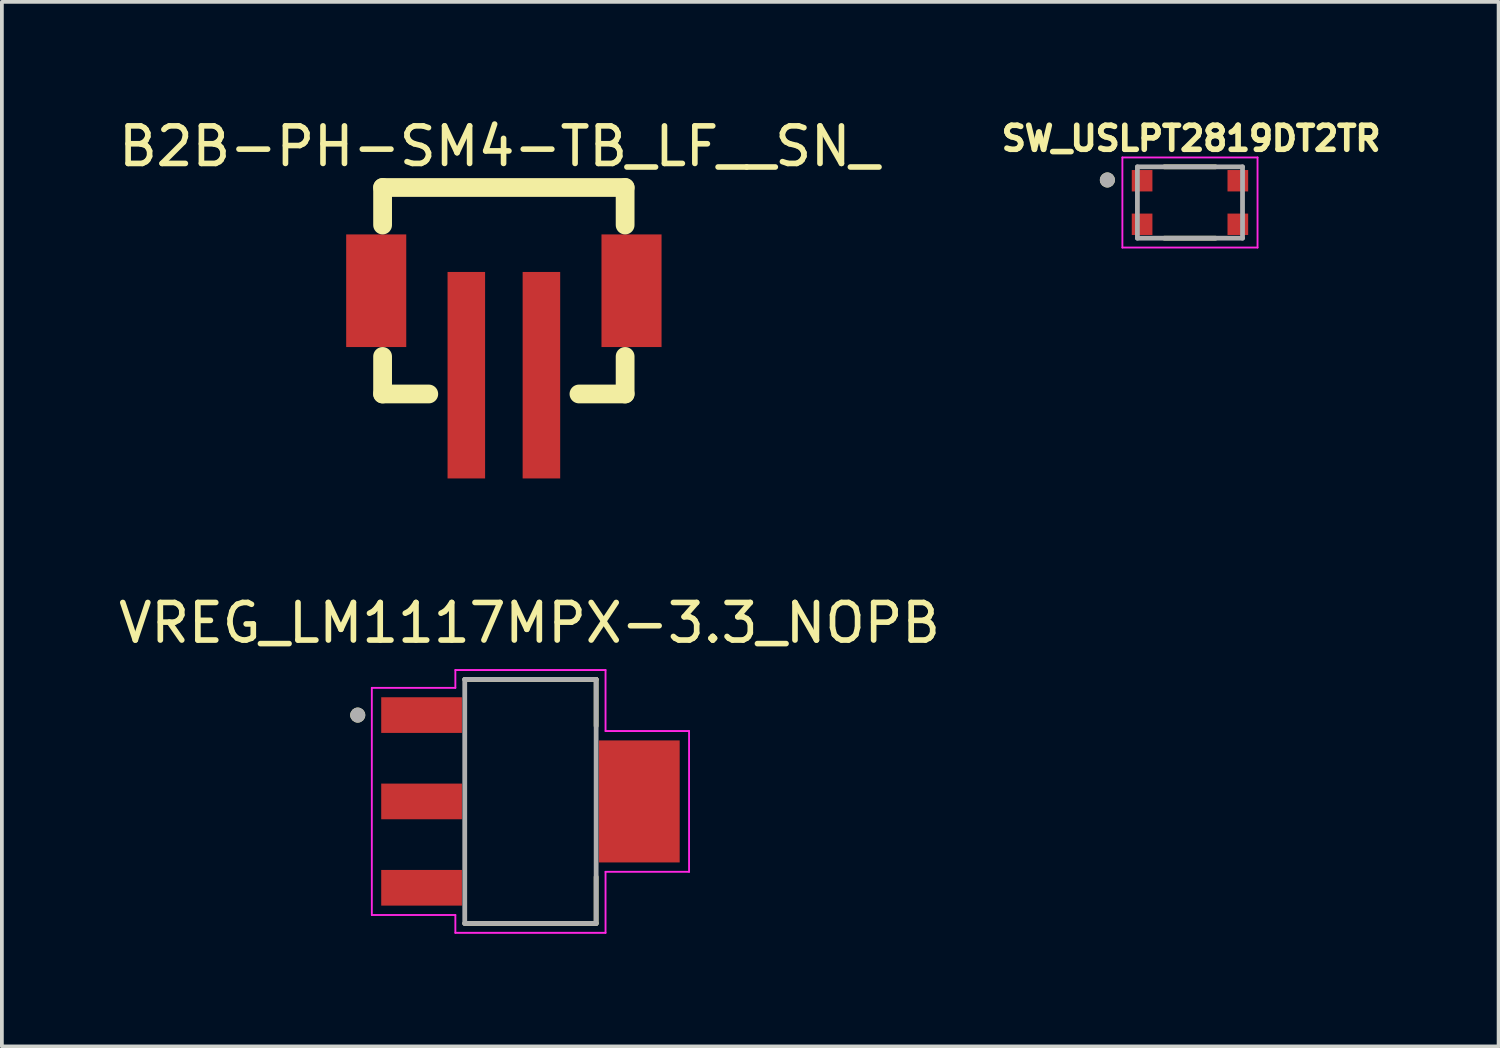
<source format=kicad_pcb>
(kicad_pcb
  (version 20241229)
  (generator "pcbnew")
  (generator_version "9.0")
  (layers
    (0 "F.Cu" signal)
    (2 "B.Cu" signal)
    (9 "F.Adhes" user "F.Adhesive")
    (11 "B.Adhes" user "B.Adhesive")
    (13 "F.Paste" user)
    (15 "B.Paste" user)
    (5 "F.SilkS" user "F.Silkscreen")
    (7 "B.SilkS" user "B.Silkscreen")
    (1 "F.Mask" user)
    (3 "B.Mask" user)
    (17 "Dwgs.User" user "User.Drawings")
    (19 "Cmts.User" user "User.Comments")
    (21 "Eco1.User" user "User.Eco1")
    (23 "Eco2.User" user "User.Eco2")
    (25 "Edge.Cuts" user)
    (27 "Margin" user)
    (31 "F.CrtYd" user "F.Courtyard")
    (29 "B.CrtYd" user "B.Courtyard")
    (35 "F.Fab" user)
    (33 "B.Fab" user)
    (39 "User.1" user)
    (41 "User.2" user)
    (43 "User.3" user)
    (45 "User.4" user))
  (footprint "SW_USLPT2819DT2TR"
    (layer "F.Cu")
    (at 28.646 2.344)
    (property "Reference" "SW_USLPT2819DT2TR" (at 0.032 -1.706 0) (layer "F.SilkS") (effects (font (size 0.64 0.64) (thickness 0.15))))
    (attr smd)
    (fp_line (start -0.68 -0.95) (end 0.68 -0.95) (stroke (width 0.127) (type solid)) (layer "F.SilkS"))
    (fp_line (start -0.68 0.95) (end 0.68 0.95) (stroke (width 0.127) (type solid)) (layer "F.SilkS"))
    (fp_circle (center -2.2 -0.6) (end -2.1 -0.6) (stroke (width 0.2) (type solid)) (fill no) (layer "F.SilkS"))
    (fp_line (start -1.8 -1.2) (end 1.8 -1.2) (stroke (width 0.05) (type solid)) (layer "F.CrtYd"))
    (fp_line (start -1.8 1.2) (end -1.8 -1.2) (stroke (width 0.05) (type solid)) (layer "F.CrtYd"))
    (fp_line (start 1.8 -1.2) (end 1.8 1.2) (stroke (width 0.05) (type solid)) (layer "F.CrtYd"))
    (fp_line (start 1.8 1.2) (end -1.8 1.2) (stroke (width 0.05) (type solid)) (layer "F.CrtYd"))
    (fp_line (start -1.4 -0.95) (end 1.4 -0.95) (stroke (width 0.127) (type solid)) (layer "F.Fab"))
    (fp_line (start -1.4 0.95) (end -1.4 -0.95) (stroke (width 0.127) (type solid)) (layer "F.Fab"))
    (fp_line (start 1.4 -0.95) (end 1.4 0.95) (stroke (width 0.127) (type solid)) (layer "F.Fab"))
    (fp_line (start 1.4 0.95) (end -1.4 0.95) (stroke (width 0.127) (type solid)) (layer "F.Fab"))
    (fp_circle (center -2.2 -0.6) (end -2.1 -0.6) (stroke (width 0.2) (type solid)) (fill no) (layer "F.Fab"))
    (pad "1" smd rect (at -1.275 -0.58) (size 0.55 0.57) (layers "F.Cu" "F.Mask" "F.Paste"))
    (pad "2" smd rect (at 1.275 -0.58) (size 0.55 0.57) (layers "F.Cu" "F.Mask" "F.Paste"))
    (pad "3" smd rect (at -1.275 0.58) (size 0.55 0.57) (layers "F.Cu" "F.Mask" "F.Paste"))
    (pad "4" smd rect (at 1.275 0.58) (size 0.55 0.57) (layers "F.Cu" "F.Mask" "F.Paste"))
    (zone (net_name "") (layer "F.Cu") (hatch full 0.508) (connect_pads) (min_thickness 0.01) (filled_areas_thickness no) (keepout (tracks not_allowed) (vias not_allowed) (pads not_allowed) (copperpour not_allowed) (footprints allowed)) (placement (enabled no)) (fill) (polygon (pts (xy 27.746 1.344) (xy 29.546 1.344) (xy 29.546 3.344) (xy 27.746 3.344))))
    (zone (net_name "") (layers "F.Cu" "B.Cu") (hatch full 0.508) (connect_pads) (min_thickness 0.01) (filled_areas_thickness no) (keepout (tracks allowed) (vias not_allowed) (pads allowed) (copperpour allowed) (footprints allowed)) (placement (enabled no)) (fill) (polygon (pts (xy 27.746 1.344) (xy 29.546 1.344) (xy 29.546 3.344) (xy 27.746 3.344)))))
  (footprint "VREG_LM1117MPX-3.3_NOPB"
    (layer "F.Cu")
    (at 11.079 18.297)
    (property "Reference" "VREG_LM1117MPX-3.3_NOPB" (at -0.025 -4.754 0) (layer "F.SilkS") (effects (font (size 1 1) (thickness 0.15))))
    (attr smd)
    (fp_line (start -1.75 -3.25) (end 1.75 -3.25) (stroke (width 0.127) (type solid)) (layer "F.SilkS"))
    (fp_line (start -1.75 3.25) (end 1.75 3.25) (stroke (width 0.127) (type solid)) (layer "F.SilkS"))
    (fp_line (start 1.75 -3.25) (end 1.75 -2.01) (stroke (width 0.127) (type solid)) (layer "F.SilkS"))
    (fp_line (start 1.75 3.25) (end 1.75 2.01) (stroke (width 0.127) (type solid)) (layer "F.SilkS"))
    (fp_circle (center -4.6 -2.3) (end -4.5 -2.3) (stroke (width 0.2) (type solid)) (fill no) (layer "F.SilkS"))
    (fp_line (start -4.225 -3.025) (end -4.225 3.025) (stroke (width 0.05) (type solid)) (layer "F.CrtYd"))
    (fp_line (start -4.225 3.025) (end -2 3.025) (stroke (width 0.05) (type solid)) (layer "F.CrtYd"))
    (fp_line (start -2 -3.5) (end -2 -3.025) (stroke (width 0.05) (type solid)) (layer "F.CrtYd"))
    (fp_line (start -2 -3.025) (end -4.225 -3.025) (stroke (width 0.05) (type solid)) (layer "F.CrtYd"))
    (fp_line (start -2 3.025) (end -2 3.5) (stroke (width 0.05) (type solid)) (layer "F.CrtYd"))
    (fp_line (start -2 3.5) (end 2 3.5) (stroke (width 0.05) (type solid)) (layer "F.CrtYd"))
    (fp_line (start 2 -3.5) (end -2 -3.5) (stroke (width 0.05) (type solid)) (layer "F.CrtYd"))
    (fp_line (start 2 -1.875) (end 2 -3.5) (stroke (width 0.05) (type solid)) (layer "F.CrtYd"))
    (fp_line (start 2 1.875) (end 4.225 1.875) (stroke (width 0.05) (type solid)) (layer "F.CrtYd"))
    (fp_line (start 2 3.5) (end 2 1.875) (stroke (width 0.05) (type solid)) (layer "F.CrtYd"))
    (fp_line (start 4.225 -1.875) (end 2 -1.875) (stroke (width 0.05) (type solid)) (layer "F.CrtYd"))
    (fp_line (start 4.225 1.875) (end 4.225 -1.875) (stroke (width 0.05) (type solid)) (layer "F.CrtYd"))
    (fp_line (start -1.75 -3.25) (end -1.75 3.25) (stroke (width 0.127) (type solid)) (layer "F.Fab"))
    (fp_line (start 1.75 -3.25) (end -1.75 -3.25) (stroke (width 0.127) (type solid)) (layer "F.Fab"))
    (fp_line (start 1.75 -3.25) (end 1.75 3.25) (stroke (width 0.127) (type solid)) (layer "F.Fab"))
    (fp_line (start 1.75 3.25) (end -1.75 3.25) (stroke (width 0.127) (type solid)) (layer "F.Fab"))
    (fp_circle (center -4.6 -2.3) (end -4.5 -2.3) (stroke (width 0.2) (type solid)) (fill no) (layer "F.Fab"))
    (pad "1" smd rect (at -2.9 -2.3) (size 2.15 0.95) (layers "F.Cu" "F.Mask" "F.Paste"))
    (pad "2" smd rect (at -2.9 0) (size 2.15 0.95) (layers "F.Cu" "F.Mask" "F.Paste"))
    (pad "3" smd rect (at -2.9 2.3) (size 2.15 0.95) (layers "F.Cu" "F.Mask" "F.Paste"))
    (pad "4" smd rect (at 2.9 0) (size 2.15 3.25) (layers "F.Cu" "F.Mask" "F.Paste")))
  (footprint "B2B-PH-SM4-TB_LF__SN_"
    (layer "F.Cu")
    (at 10.371 6.944)
    (property "Reference" "B2B-PH-SM4-TB_LF__SN_" (at -0.127 -6.096 0) (layer "F.SilkS") (effects (font (size 1 1) (thickness 0.15))))
    (attr smd)
    (fp_line (start -3.23 -5) (end 3.23 -5) (stroke (width 0.5) (type solid)) (layer "F.SilkS"))
    (fp_line (start -3.23 -4) (end -3.23 -5) (stroke (width 0.5) (type solid)) (layer "F.SilkS"))
    (fp_line (start -3.23 -0.5) (end -3.23 0.5) (stroke (width 0.5) (type solid)) (layer "F.SilkS"))
    (fp_line (start -3.23 0.5) (end -2 0.5) (stroke (width 0.5) (type solid)) (layer "F.SilkS"))
    (fp_line (start 2 0.5) (end 3.23 0.5) (stroke (width 0.5) (type solid)) (layer "F.SilkS"))
    (fp_line (start 3.23 -5) (end 3.23 -4) (stroke (width 0.5) (type solid)) (layer "F.SilkS"))
    (fp_line (start 3.23 0.5) (end 3.23 -0.5) (stroke (width 0.5) (type solid)) (layer "F.SilkS"))
    (pad "1" smd rect (at -1 0) (size 1 5.5) (layers "F.Cu" "F.Mask" "F.Paste"))
    (pad "2" smd rect (at 1 0) (size 1 5.5) (layers "F.Cu" "F.Mask" "F.Paste"))
    (pad "3" smd rect (at 3.4 -2.25) (size 1.6 3) (layers "F.Cu" "F.Mask" "F.Paste"))
    (pad "4" smd rect (at -3.4 -2.25) (size 1.6 3) (layers "F.Cu" "F.Mask" "F.Paste")))
  (gr_rect
    (start -3 -3)
    (end 36.867 24.822)
    (stroke (width 0.1) (type default))
    (fill no)
    (layer "Edge.Cuts")))
</source>
